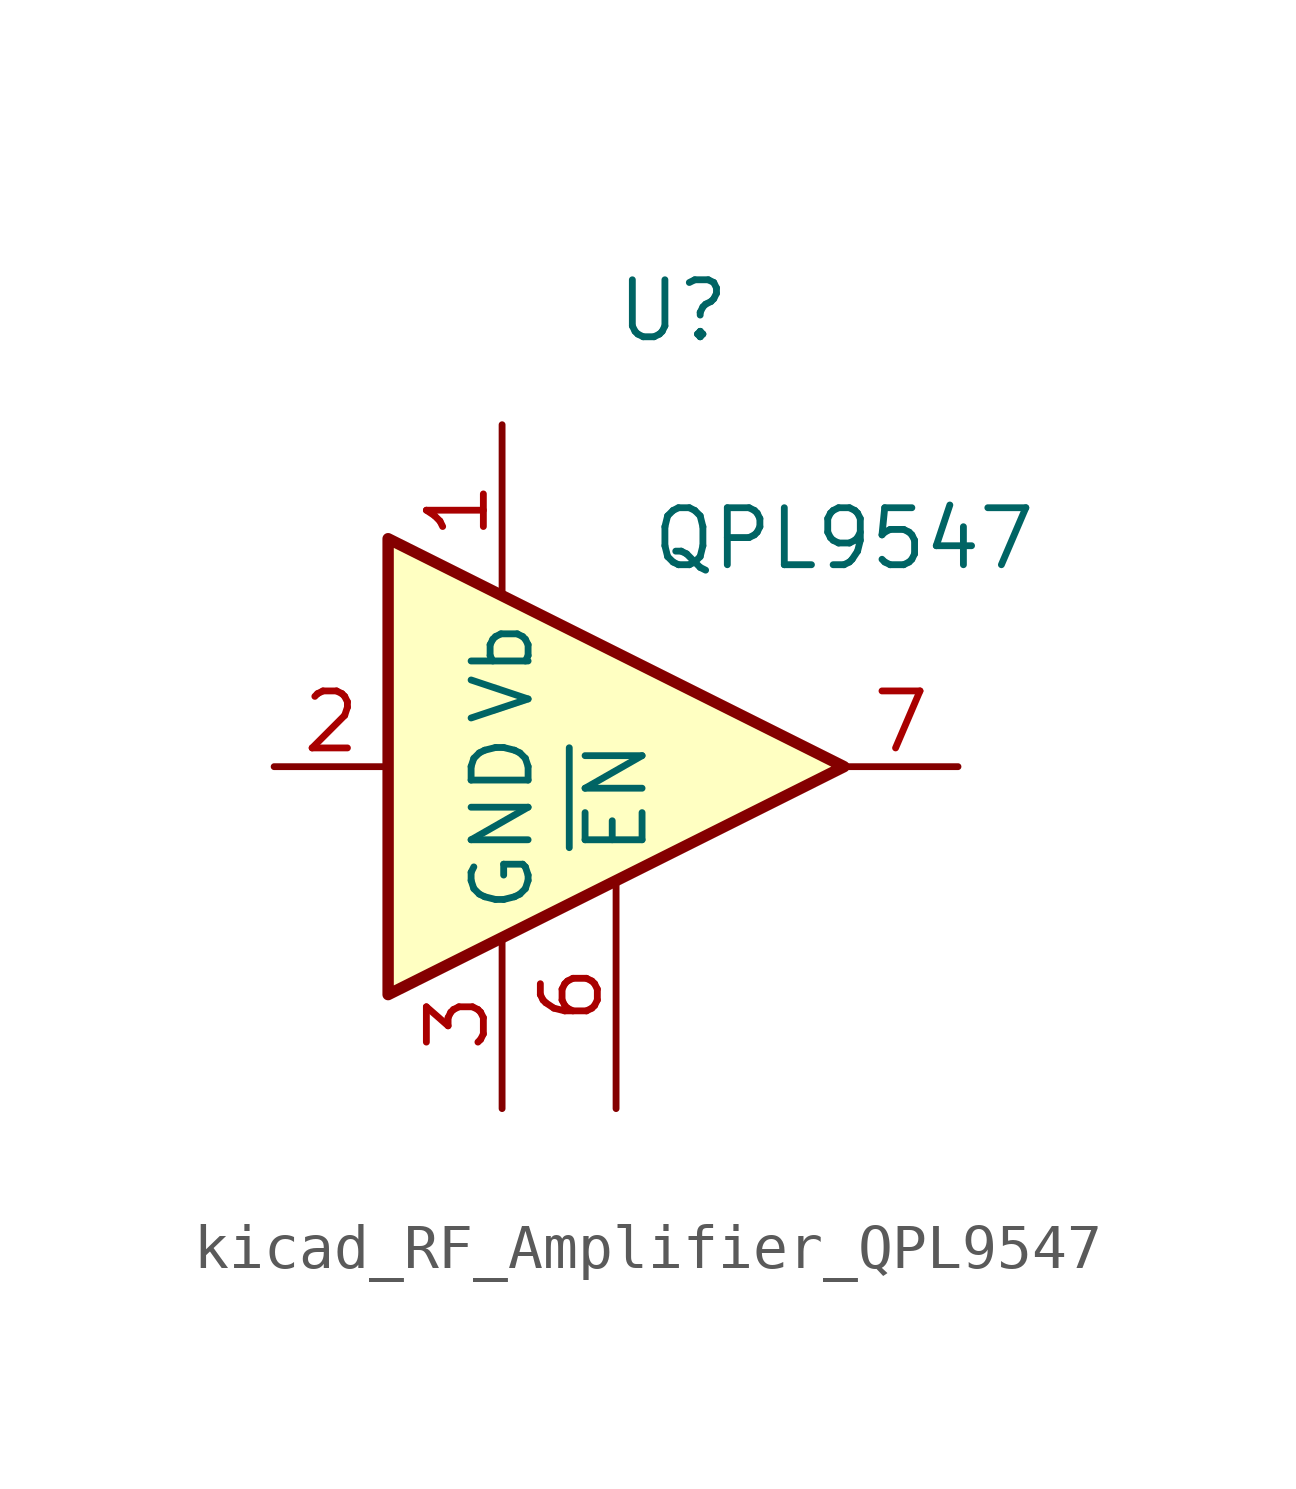
<source format=kicad_sym>
(kicad_symbol_lib
  (version 20220914)
  (generator kicad_symbol_editor)
  (symbol "kicad_RF_Amplifier_QPL9547"
    (property "Reference" "U"
      (at 1.27 10.16 0)
      (effects (font (size 1.27 1.27))))
    (property "Value" "QPL9547"
      (at 5.08 5.08 0)
      (effects (font (size 1.27 1.27))))
    (symbol "kicad_RF_Amplifier_QPL9547_0_1"
      (polyline (pts (xy 5.08 0) (xy -5.08 5.08) (xy -5.08 -5.08) (xy 5.08 0)) (stroke (width 0.254) (type default)) (fill (type background))))
    (symbol "kicad_RF_Amplifier_QPL9547_1_1"
      (pin power_in line (at -2.54 7.62 270) (length 3.81) (name "Vb" (effects (font (size 1.27 1.27)))) (number "1" (effects (font (size 1.27 1.27)))))
      (pin input line (at -7.62 0 0) (length 2.54) (name "~" (effects (font (size 1.27 1.27)))) (number "2" (effects (font (size 1.27 1.27)))))
      (pin power_in line (at -2.54 -7.62 90) (length 3.81) (name "GND" (effects (font (size 1.27 1.27)))) (number "3" (effects (font (size 1.27 1.27)))))
      (pin passive line (at -2.54 -7.62 90) (length 3.81) hide (name "GND" (effects (font (size 1.27 1.27)))) (number "4" (effects (font (size 1.27 1.27)))))
      (pin passive line (at -2.54 -7.62 90) (length 3.81) hide (name "GND" (effects (font (size 1.27 1.27)))) (number "5" (effects (font (size 1.27 1.27)))))
      (pin passive line (at 0 -7.62 90) (length 5.08) (name "~{EN}" (effects (font (size 1.27 1.27)))) (number "6" (effects (font (size 1.27 1.27)))))
      (pin output line (at 7.62 0 180) (length 2.54) (name "~" (effects (font (size 1.27 1.27)))) (number "7" (effects (font (size 1.27 1.27)))))
      (pin passive line (at -2.54 -7.62 90) (length 3.81) hide (name "GND" (effects (font (size 1.27 1.27)))) (number "8" (effects (font (size 1.27 1.27)))))
      (pin passive line (at -2.54 -7.62 90) (length 3.81) hide (name "GND" (effects (font (size 1.27 1.27)))) (number "9" (effects (font (size 1.27 1.27))))))))
</source>
